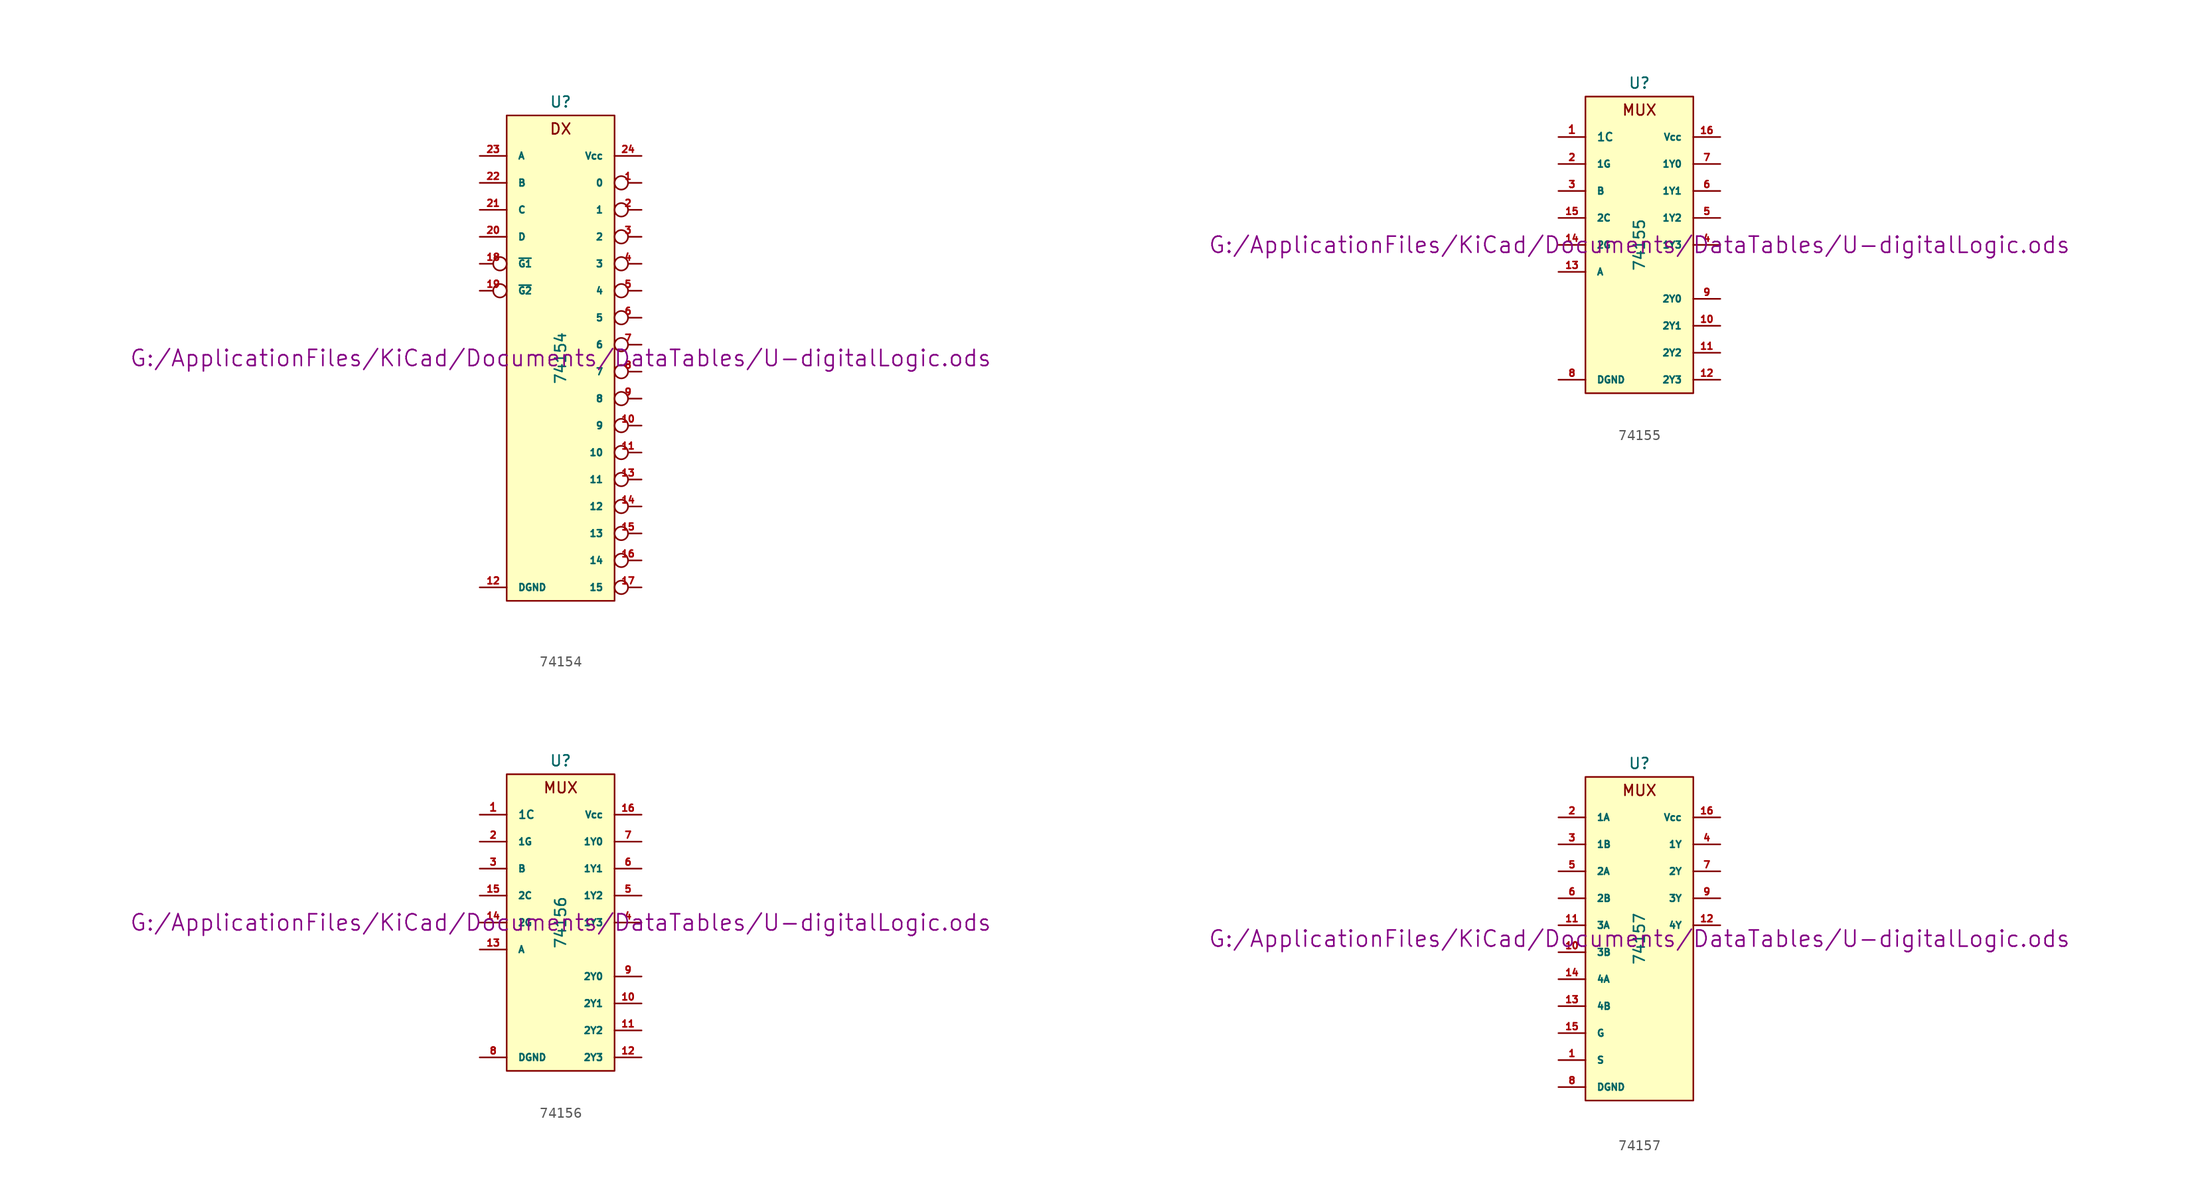
<source format=kicad_sym>
(kicad_symbol_lib
  (version 20211014)
  (generator kicad_symbol_editor)
  (symbol "74154"
    (pin_names
      (offset 1.016))
    (property "Reference" "U"
      (at 0 24.13 0)
      (effects (font (size 1.016 1.016))))
    (property "Value" "74154"
      (at 0 0 90)
      (effects (font (size 1.016 1.016))))
    (property "Footprint" ""
      (at 0 0 0)
      (effects (font (size 1.524 1.524))))
    (property "Datasheet" "G:/ApplicationFiles/KiCad/Documents/DataTables/U-digitalLogic.ods"
      (at 0 0 0)
      (effects (font (size 1.524 1.524))))
    (symbol "74154_0_0"
      (text "DX" (at 0 21.59 0) (effects (font (size 1.016 1.016)))))
    (symbol "74154_0_1"
      (rectangle (start -5.08 22.86) (end 5.08 -22.86) (stroke (width 0) (type default) (color 0 0 0 0)) (fill (type background))))
    (symbol "74154_1_1"
      (pin output inverted (at 7.62 16.51 180) (length 2.54) (name "0" (effects (font (size 0.635 0.635)))) (number "1" (effects (font (size 0.635 0.635)))))
      (pin output inverted (at 7.62 -6.35 180) (length 2.54) (name "9" (effects (font (size 0.635 0.635)))) (number "10" (effects (font (size 0.635 0.635)))))
      (pin output inverted (at 7.62 -8.89 180) (length 2.54) (name "10" (effects (font (size 0.635 0.635)))) (number "11" (effects (font (size 0.635 0.635)))))
      (pin power_in line (at -7.62 -21.59 0) (length 2.54) (name "DGND" (effects (font (size 0.635 0.635)))) (number "12" (effects (font (size 0.635 0.635)))))
      (pin output inverted (at 7.62 -11.43 180) (length 2.54) (name "11" (effects (font (size 0.635 0.635)))) (number "13" (effects (font (size 0.635 0.635)))))
      (pin output inverted (at 7.62 -13.97 180) (length 2.54) (name "12" (effects (font (size 0.635 0.635)))) (number "14" (effects (font (size 0.635 0.635)))))
      (pin output inverted (at 7.62 -16.51 180) (length 2.54) (name "13" (effects (font (size 0.635 0.635)))) (number "15" (effects (font (size 0.635 0.635)))))
      (pin output inverted (at 7.62 -19.05 180) (length 2.54) (name "14" (effects (font (size 0.635 0.635)))) (number "16" (effects (font (size 0.635 0.635)))))
      (pin output inverted (at 7.62 -21.59 180) (length 2.54) (name "15" (effects (font (size 0.635 0.635)))) (number "17" (effects (font (size 0.635 0.635)))))
      (pin input inverted (at -7.62 8.89 0) (length 2.54) (name "~{G1}" (effects (font (size 0.635 0.635)))) (number "18" (effects (font (size 0.635 0.635)))))
      (pin input inverted (at -7.62 6.35 0) (length 2.54) (name "~{G2}" (effects (font (size 0.635 0.635)))) (number "19" (effects (font (size 0.635 0.635)))))
      (pin output inverted (at 7.62 13.97 180) (length 2.54) (name "1" (effects (font (size 0.635 0.635)))) (number "2" (effects (font (size 0.635 0.635)))))
      (pin input line (at -7.62 11.43 0) (length 2.54) (name "D" (effects (font (size 0.635 0.635)))) (number "20" (effects (font (size 0.635 0.635)))))
      (pin input line (at -7.62 13.97 0) (length 2.54) (name "C" (effects (font (size 0.635 0.635)))) (number "21" (effects (font (size 0.635 0.635)))))
      (pin input line (at -7.62 16.51 0) (length 2.54) (name "B" (effects (font (size 0.635 0.635)))) (number "22" (effects (font (size 0.635 0.635)))))
      (pin input line (at -7.62 19.05 0) (length 2.54) (name "A" (effects (font (size 0.635 0.635)))) (number "23" (effects (font (size 0.635 0.635)))))
      (pin power_in line (at 7.62 19.05 180) (length 2.54) (name "Vcc" (effects (font (size 0.635 0.635)))) (number "24" (effects (font (size 0.635 0.635)))))
      (pin output inverted (at 7.62 11.43 180) (length 2.54) (name "2" (effects (font (size 0.635 0.635)))) (number "3" (effects (font (size 0.635 0.635)))))
      (pin output inverted (at 7.62 8.89 180) (length 2.54) (name "3" (effects (font (size 0.635 0.635)))) (number "4" (effects (font (size 0.635 0.635)))))
      (pin output inverted (at 7.62 6.35 180) (length 2.54) (name "4" (effects (font (size 0.635 0.635)))) (number "5" (effects (font (size 0.635 0.635)))))
      (pin output inverted (at 7.62 3.81 180) (length 2.54) (name "5" (effects (font (size 0.635 0.635)))) (number "6" (effects (font (size 0.635 0.635)))))
      (pin output inverted (at 7.62 1.27 180) (length 2.54) (name "6" (effects (font (size 0.635 0.635)))) (number "7" (effects (font (size 0.635 0.635)))))
      (pin output inverted (at 7.62 -1.27 180) (length 2.54) (name "7" (effects (font (size 0.635 0.635)))) (number "8" (effects (font (size 0.635 0.635)))))
      (pin output inverted (at 7.62 -3.81 180) (length 2.54) (name "8" (effects (font (size 0.635 0.635)))) (number "9" (effects (font (size 0.635 0.635)))))))
  (symbol "74155"
    (pin_names
      (offset 1.016))
    (property "Reference" "U"
      (at 0 15.24 0)
      (effects (font (size 1.016 1.016))))
    (property "Value" "74155"
      (at 0 0 90)
      (effects (font (size 1.016 1.016))))
    (property "Footprint" ""
      (at 0 0 0)
      (effects (font (size 1.524 1.524))))
    (property "Datasheet" "G:/ApplicationFiles/KiCad/Documents/DataTables/U-digitalLogic.ods"
      (at 0 0 0)
      (effects (font (size 1.524 1.524))))
    (symbol "74155_0_0"
      (text "MUX" (at 0 12.7 0) (effects (font (size 1.016 1.016))))
      (pin input line (at -7.62 10.16 0) (length 2.54) (name "1C" (effects (font (size 0.762 0.762)))) (number "1" (effects (font (size 0.762 0.762))))))
    (symbol "74155_0_1"
      (rectangle (start -5.08 13.97) (end 5.08 -13.97) (stroke (width 0) (type default) (color 0 0 0 0)) (fill (type background))))
    (symbol "74155_1_1"
      (pin output line (at 7.62 -7.62 180) (length 2.54) (name "2Y1" (effects (font (size 0.635 0.635)))) (number "10" (effects (font (size 0.635 0.635)))))
      (pin output line (at 7.62 -10.16 180) (length 2.54) (name "2Y2" (effects (font (size 0.635 0.635)))) (number "11" (effects (font (size 0.635 0.635)))))
      (pin output line (at 7.62 -12.7 180) (length 2.54) (name "2Y3" (effects (font (size 0.635 0.635)))) (number "12" (effects (font (size 0.635 0.635)))))
      (pin input line (at -7.62 -2.54 0) (length 2.54) (name "A" (effects (font (size 0.635 0.635)))) (number "13" (effects (font (size 0.635 0.635)))))
      (pin input line (at -7.62 0 0) (length 2.54) (name "2G" (effects (font (size 0.635 0.635)))) (number "14" (effects (font (size 0.635 0.635)))))
      (pin input line (at -7.62 2.54 0) (length 2.54) (name "2C" (effects (font (size 0.635 0.635)))) (number "15" (effects (font (size 0.635 0.635)))))
      (pin power_in line (at 7.62 10.16 180) (length 2.54) (name "Vcc" (effects (font (size 0.635 0.635)))) (number "16" (effects (font (size 0.635 0.635)))))
      (pin input line (at -7.62 7.62 0) (length 2.54) (name "1G" (effects (font (size 0.635 0.635)))) (number "2" (effects (font (size 0.635 0.635)))))
      (pin input line (at -7.62 5.08 0) (length 2.54) (name "B" (effects (font (size 0.635 0.635)))) (number "3" (effects (font (size 0.635 0.635)))))
      (pin output line (at 7.62 0 180) (length 2.54) (name "1Y3" (effects (font (size 0.635 0.635)))) (number "4" (effects (font (size 0.635 0.635)))))
      (pin output line (at 7.62 2.54 180) (length 2.54) (name "1Y2" (effects (font (size 0.635 0.635)))) (number "5" (effects (font (size 0.635 0.635)))))
      (pin output line (at 7.62 5.08 180) (length 2.54) (name "1Y1" (effects (font (size 0.635 0.635)))) (number "6" (effects (font (size 0.635 0.635)))))
      (pin output line (at 7.62 7.62 180) (length 2.54) (name "1Y0" (effects (font (size 0.635 0.635)))) (number "7" (effects (font (size 0.635 0.635)))))
      (pin power_in line (at -7.62 -12.7 0) (length 2.54) (name "DGND" (effects (font (size 0.635 0.635)))) (number "8" (effects (font (size 0.635 0.635)))))
      (pin output line (at 7.62 -5.08 180) (length 2.54) (name "2Y0" (effects (font (size 0.635 0.635)))) (number "9" (effects (font (size 0.635 0.635)))))))
  (symbol "74156"
    (pin_names
      (offset 1.016))
    (property "Reference" "U"
      (at 0 15.24 0)
      (effects (font (size 1.016 1.016))))
    (property "Value" "74156"
      (at 0 0 90)
      (effects (font (size 1.016 1.016))))
    (property "Footprint" ""
      (at 0 0 0)
      (effects (font (size 1.524 1.524))))
    (property "Datasheet" "G:/ApplicationFiles/KiCad/Documents/DataTables/U-digitalLogic.ods"
      (at 0 0 0)
      (effects (font (size 1.524 1.524))))
    (symbol "74156_0_0"
      (text "MUX" (at 0 12.7 0) (effects (font (size 1.016 1.016))))
      (pin input line (at -7.62 10.16 0) (length 2.54) (name "1C" (effects (font (size 0.762 0.762)))) (number "1" (effects (font (size 0.762 0.762))))))
    (symbol "74156_0_1"
      (rectangle (start -5.08 13.97) (end 5.08 -13.97) (stroke (width 0) (type default) (color 0 0 0 0)) (fill (type background))))
    (symbol "74156_1_1"
      (pin open_collector line (at 7.62 -7.62 180) (length 2.54) (name "2Y1" (effects (font (size 0.635 0.635)))) (number "10" (effects (font (size 0.635 0.635)))))
      (pin open_collector line (at 7.62 -10.16 180) (length 2.54) (name "2Y2" (effects (font (size 0.635 0.635)))) (number "11" (effects (font (size 0.635 0.635)))))
      (pin open_collector line (at 7.62 -12.7 180) (length 2.54) (name "2Y3" (effects (font (size 0.635 0.635)))) (number "12" (effects (font (size 0.635 0.635)))))
      (pin input line (at -7.62 -2.54 0) (length 2.54) (name "A" (effects (font (size 0.635 0.635)))) (number "13" (effects (font (size 0.635 0.635)))))
      (pin input line (at -7.62 0 0) (length 2.54) (name "2G" (effects (font (size 0.635 0.635)))) (number "14" (effects (font (size 0.635 0.635)))))
      (pin input line (at -7.62 2.54 0) (length 2.54) (name "2C" (effects (font (size 0.635 0.635)))) (number "15" (effects (font (size 0.635 0.635)))))
      (pin power_in line (at 7.62 10.16 180) (length 2.54) (name "Vcc" (effects (font (size 0.635 0.635)))) (number "16" (effects (font (size 0.635 0.635)))))
      (pin input line (at -7.62 7.62 0) (length 2.54) (name "1G" (effects (font (size 0.635 0.635)))) (number "2" (effects (font (size 0.635 0.635)))))
      (pin input line (at -7.62 5.08 0) (length 2.54) (name "B" (effects (font (size 0.635 0.635)))) (number "3" (effects (font (size 0.635 0.635)))))
      (pin open_collector line (at 7.62 0 180) (length 2.54) (name "1Y3" (effects (font (size 0.635 0.635)))) (number "4" (effects (font (size 0.635 0.635)))))
      (pin open_collector line (at 7.62 2.54 180) (length 2.54) (name "1Y2" (effects (font (size 0.635 0.635)))) (number "5" (effects (font (size 0.635 0.635)))))
      (pin open_collector line (at 7.62 5.08 180) (length 2.54) (name "1Y1" (effects (font (size 0.635 0.635)))) (number "6" (effects (font (size 0.635 0.635)))))
      (pin open_collector line (at 7.62 7.62 180) (length 2.54) (name "1Y0" (effects (font (size 0.635 0.635)))) (number "7" (effects (font (size 0.635 0.635)))))
      (pin power_in line (at -7.62 -12.7 0) (length 2.54) (name "DGND" (effects (font (size 0.635 0.635)))) (number "8" (effects (font (size 0.635 0.635)))))
      (pin open_collector line (at 7.62 -5.08 180) (length 2.54) (name "2Y0" (effects (font (size 0.635 0.635)))) (number "9" (effects (font (size 0.635 0.635)))))))
  (symbol "74157"
    (pin_names
      (offset 1.016))
    (property "Reference" "U"
      (at 0 16.51 0)
      (effects (font (size 1.016 1.016))))
    (property "Value" "74157"
      (at 0 0 90)
      (effects (font (size 1.016 1.016))))
    (property "Footprint" ""
      (at 0 0 0)
      (effects (font (size 1.524 1.524))))
    (property "Datasheet" "G:/ApplicationFiles/KiCad/Documents/DataTables/U-digitalLogic.ods"
      (at 0 0 0)
      (effects (font (size 1.524 1.524))))
    (symbol "74157_0_0"
      (text "MUX" (at 0 13.97 0) (effects (font (size 1.016 1.016)))))
    (symbol "74157_0_1"
      (rectangle (start -5.08 15.24) (end 5.08 -15.24) (stroke (width 0) (type default) (color 0 0 0 0)) (fill (type background))))
    (symbol "74157_1_1"
      (pin input line (at -7.62 -11.43 0) (length 2.54) (name "S" (effects (font (size 0.635 0.635)))) (number "1" (effects (font (size 0.635 0.635)))))
      (pin input line (at -7.62 -1.27 0) (length 2.54) (name "3B" (effects (font (size 0.635 0.635)))) (number "10" (effects (font (size 0.635 0.635)))))
      (pin input line (at -7.62 1.27 0) (length 2.54) (name "3A" (effects (font (size 0.635 0.635)))) (number "11" (effects (font (size 0.635 0.635)))))
      (pin output line (at 7.62 1.27 180) (length 2.54) (name "4Y" (effects (font (size 0.635 0.635)))) (number "12" (effects (font (size 0.635 0.635)))))
      (pin input line (at -7.62 -6.35 0) (length 2.54) (name "4B" (effects (font (size 0.635 0.635)))) (number "13" (effects (font (size 0.635 0.635)))))
      (pin input line (at -7.62 -3.81 0) (length 2.54) (name "4A" (effects (font (size 0.635 0.635)))) (number "14" (effects (font (size 0.635 0.635)))))
      (pin input line (at -7.62 -8.89 0) (length 2.54) (name "G" (effects (font (size 0.635 0.635)))) (number "15" (effects (font (size 0.635 0.635)))))
      (pin power_in line (at 7.62 11.43 180) (length 2.54) (name "Vcc" (effects (font (size 0.635 0.635)))) (number "16" (effects (font (size 0.635 0.635)))))
      (pin input line (at -7.62 11.43 0) (length 2.54) (name "1A" (effects (font (size 0.635 0.635)))) (number "2" (effects (font (size 0.635 0.635)))))
      (pin input line (at -7.62 8.89 0) (length 2.54) (name "1B" (effects (font (size 0.635 0.635)))) (number "3" (effects (font (size 0.635 0.635)))))
      (pin output line (at 7.62 8.89 180) (length 2.54) (name "1Y" (effects (font (size 0.635 0.635)))) (number "4" (effects (font (size 0.635 0.635)))))
      (pin input line (at -7.62 6.35 0) (length 2.54) (name "2A" (effects (font (size 0.635 0.635)))) (number "5" (effects (font (size 0.635 0.635)))))
      (pin input line (at -7.62 3.81 0) (length 2.54) (name "2B" (effects (font (size 0.635 0.635)))) (number "6" (effects (font (size 0.635 0.635)))))
      (pin output line (at 7.62 6.35 180) (length 2.54) (name "2Y" (effects (font (size 0.635 0.635)))) (number "7" (effects (font (size 0.635 0.635)))))
      (pin power_in line (at -7.62 -13.97 0) (length 2.54) (name "DGND" (effects (font (size 0.635 0.635)))) (number "8" (effects (font (size 0.635 0.635)))))
      (pin output line (at 7.62 3.81 180) (length 2.54) (name "3Y" (effects (font (size 0.635 0.635)))) (number "9" (effects (font (size 0.635 0.635))))))))
</source>
